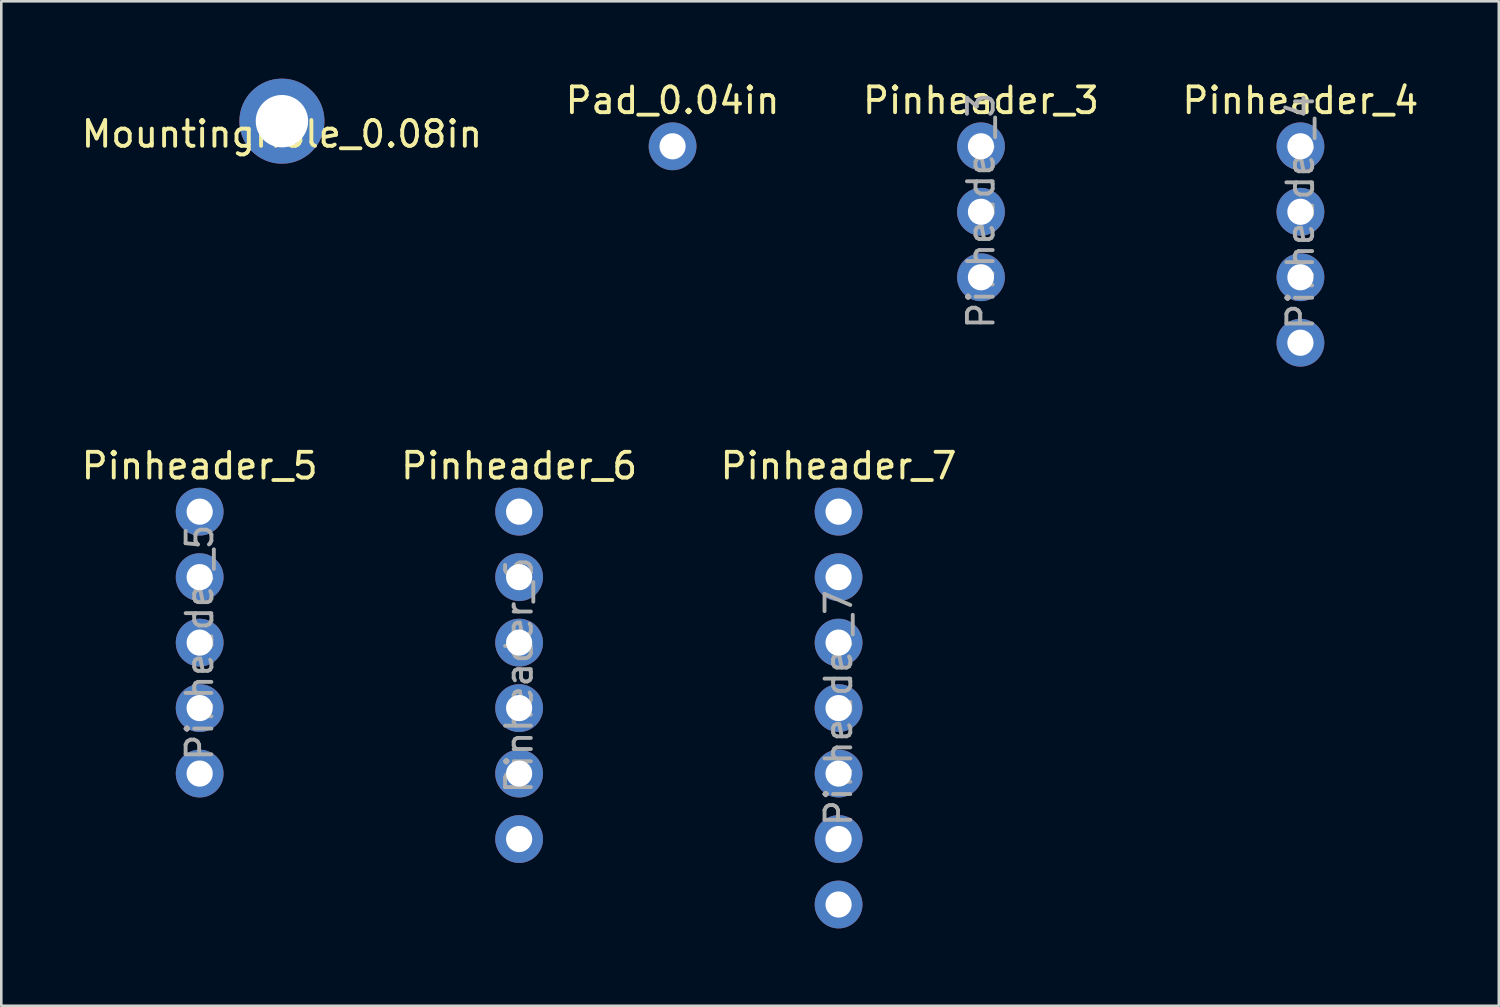
<source format=kicad_pcb>
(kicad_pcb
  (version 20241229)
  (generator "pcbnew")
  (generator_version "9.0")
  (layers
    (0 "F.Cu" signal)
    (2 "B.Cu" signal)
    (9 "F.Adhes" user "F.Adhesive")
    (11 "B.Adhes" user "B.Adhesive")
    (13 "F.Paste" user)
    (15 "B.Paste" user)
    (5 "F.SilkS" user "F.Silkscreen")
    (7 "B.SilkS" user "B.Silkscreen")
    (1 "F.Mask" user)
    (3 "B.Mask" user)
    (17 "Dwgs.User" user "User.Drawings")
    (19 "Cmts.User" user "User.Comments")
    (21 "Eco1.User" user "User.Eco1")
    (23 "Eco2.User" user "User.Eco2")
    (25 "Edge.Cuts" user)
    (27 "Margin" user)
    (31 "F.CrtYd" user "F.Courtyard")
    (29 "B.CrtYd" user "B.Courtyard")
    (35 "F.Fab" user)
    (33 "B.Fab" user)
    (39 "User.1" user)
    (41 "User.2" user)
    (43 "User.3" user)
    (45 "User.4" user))
  (footprint "Pinheader_6"
    (layer "F.Cu")
    (at 17.089 16.8)
    (property "Reference" "Pinheader_6" (at 0 -1.778 0) (unlocked yes) (layer "F.SilkS") (effects (font (size 1 1) (thickness 0.15))))
    (attr through_hole)
    (fp_text user "${REFERENCE}" (at 0 6.35 90) (unlocked yes) (layer "F.Fab") (effects (font (size 1 1) (thickness 0.15))))
    (pad "1" thru_hole circle (at 0 0) (size 1.854 1.854) (drill 1.016) (layers "*.Cu" "*.Mask"))
    (pad "2" thru_hole circle (at 0 2.54) (size 1.854 1.854) (drill 1.016) (layers "*.Cu" "*.Mask"))
    (pad "3" thru_hole circle (at 0 5.08) (size 1.854 1.854) (drill 1.016) (layers "*.Cu" "*.Mask"))
    (pad "4" thru_hole circle (at 0 7.62) (size 1.854 1.854) (drill 1.016) (layers "*.Cu" "*.Mask"))
    (pad "5" thru_hole circle (at 0 10.16) (size 1.854 1.854) (drill 1.016) (layers "*.Cu" "*.Mask"))
    (pad "6" thru_hole circle (at 0 12.7) (size 1.854 1.854) (drill 1.016) (layers "*.Cu" "*.Mask")))
  (footprint "Pinheader_3"
    (layer "F.Cu")
    (at 35.006 2.626)
    (property "Reference" "Pinheader_3" (at 0 -1.778 0) (unlocked yes) (layer "F.SilkS") (effects (font (size 1 1) (thickness 0.15))))
    (attr through_hole)
    (fp_text user "${REFERENCE}" (at 0 2.5 90) (unlocked yes) (layer "F.Fab") (effects (font (size 1 1) (thickness 0.15))))
    (pad "1" thru_hole circle (at 0 0) (size 1.854 1.854) (drill 1.016) (layers "*.Cu" "*.Mask"))
    (pad "2" thru_hole circle (at 0 2.54) (size 1.854 1.854) (drill 1.016) (layers "*.Cu" "*.Mask"))
    (pad "3" thru_hole circle (at 0 5.08) (size 1.854 1.854) (drill 1.016) (layers "*.Cu" "*.Mask")))
  (footprint "Pinheader_7"
    (layer "F.Cu")
    (at 29.482 16.8)
    (property "Reference" "Pinheader_7" (at 0 -1.778 0) (unlocked yes) (layer "F.SilkS") (effects (font (size 1 1) (thickness 0.15))))
    (attr through_hole)
    (fp_text user "${REFERENCE}" (at 0 7.62 90) (unlocked yes) (layer "F.Fab") (effects (font (size 1 1) (thickness 0.15))))
    (pad "1" thru_hole circle (at 0 0) (size 1.854 1.854) (drill 1.016) (layers "*.Cu" "*.Mask"))
    (pad "2" thru_hole circle (at 0 2.54) (size 1.854 1.854) (drill 1.016) (layers "*.Cu" "*.Mask"))
    (pad "3" thru_hole circle (at 0 5.08) (size 1.854 1.854) (drill 1.016) (layers "*.Cu" "*.Mask"))
    (pad "4" thru_hole circle (at 0 7.62) (size 1.854 1.854) (drill 1.016) (layers "*.Cu" "*.Mask"))
    (pad "5" thru_hole circle (at 0 10.16) (size 1.854 1.854) (drill 1.016) (layers "*.Cu" "*.Mask"))
    (pad "6" thru_hole circle (at 0 12.7) (size 1.854 1.854) (drill 1.016) (layers "*.Cu" "*.Mask"))
    (pad "7" thru_hole circle (at 0 15.24) (size 1.854 1.854) (drill 1.016) (layers "*.Cu" "*.Mask")))
  (footprint "Pad_0.04in"
    (layer "F.Cu")
    (at 23.042 2.626)
    (property "Reference" "Pad_0.04in" (at 0 -1.778 0) (layer "F.SilkS") (effects (font (size 1 1) (thickness 0.15))))
    (attr through_hole)
    (pad "1" thru_hole circle (at 0 0) (size 1.854 1.854) (drill 1.016) (layers "*.Cu")))
  (footprint "MountingHole_0.08in"
    (layer "F.Cu")
    (at 7.887 1.651)
    (property "Reference" "MountingHole_0.08in" (at 0 0.5 0) (layer "F.SilkS") (effects (font (size 1 1) (thickness 0.15))))
    (attr through_hole)
    (pad "1" thru_hole circle (at 0 0) (size 3.302 3.302) (drill 2.032) (layers "*.Cu")))
  (footprint "Pinheader_4"
    (layer "F.Cu")
    (at 47.399 2.626)
    (property "Reference" "Pinheader_4" (at 0 -1.778 0) (unlocked yes) (layer "F.SilkS") (effects (font (size 1 1) (thickness 0.15))))
    (attr through_hole)
    (fp_text user "${REFERENCE}" (at 0 2.54 90) (unlocked yes) (layer "F.Fab") (effects (font (size 1 1) (thickness 0.15))))
    (pad "1" thru_hole circle (at 0 0) (size 1.854 1.854) (drill 1.016) (layers "*.Cu"))
    (pad "2" thru_hole circle (at 0 2.54) (size 1.854 1.854) (drill 1.016) (layers "*.Cu" "*.Mask"))
    (pad "3" thru_hole circle (at 0 5.08) (size 1.854 1.854) (drill 1.016) (layers "*.Cu" "*.Mask"))
    (pad "4" thru_hole circle (at 0 7.62) (size 1.854 1.854) (drill 1.016) (layers "*.Cu" "*.Mask")))
  (footprint "Pinheader_5"
    (layer "F.Cu")
    (at 4.696 16.8)
    (property "Reference" "Pinheader_5" (at 0 -1.778 0) (unlocked yes) (layer "F.SilkS") (effects (font (size 1 1) (thickness 0.15))))
    (attr through_hole)
    (fp_text user "${REFERENCE}" (at 0 5.08 90) (unlocked yes) (layer "F.Fab") (effects (font (size 1 1) (thickness 0.15))))
    (pad "1" thru_hole circle (at 0 0) (size 1.854 1.854) (drill 1.016) (layers "*.Cu" "*.Mask"))
    (pad "2" thru_hole circle (at 0 2.54) (size 1.854 1.854) (drill 1.016) (layers "*.Cu" "*.Mask"))
    (pad "3" thru_hole circle (at 0 5.08) (size 1.854 1.854) (drill 1.016) (layers "*.Cu" "*.Mask"))
    (pad "4" thru_hole circle (at 0 7.62) (size 1.854 1.854) (drill 1.016) (layers "*.Cu" "*.Mask"))
    (pad "5" thru_hole circle (at 0 10.16) (size 1.854 1.854) (drill 1.016) (layers "*.Cu" "*.Mask")))
  (gr_rect
    (start -3 -3)
    (end 55.095 35.967)
    (stroke (width 0.1) (type default))
    (fill no)
    (layer "Edge.Cuts")))
</source>
